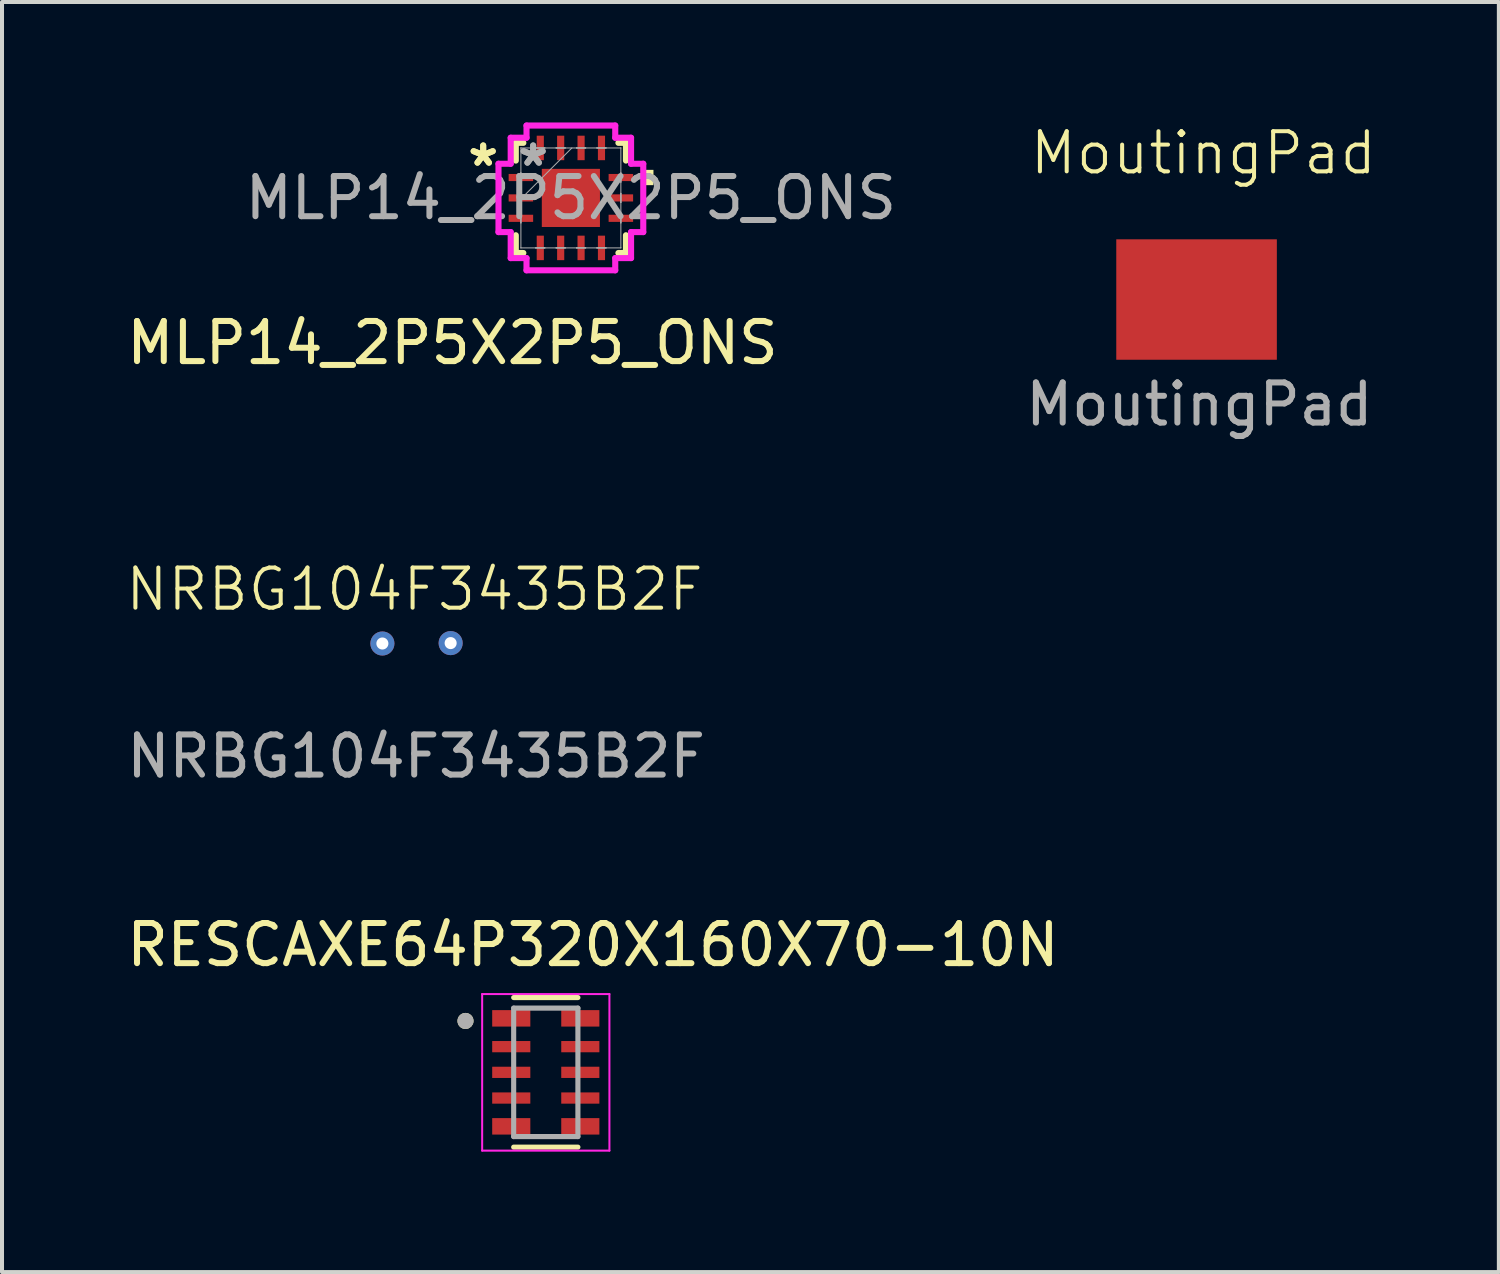
<source format=kicad_pcb>
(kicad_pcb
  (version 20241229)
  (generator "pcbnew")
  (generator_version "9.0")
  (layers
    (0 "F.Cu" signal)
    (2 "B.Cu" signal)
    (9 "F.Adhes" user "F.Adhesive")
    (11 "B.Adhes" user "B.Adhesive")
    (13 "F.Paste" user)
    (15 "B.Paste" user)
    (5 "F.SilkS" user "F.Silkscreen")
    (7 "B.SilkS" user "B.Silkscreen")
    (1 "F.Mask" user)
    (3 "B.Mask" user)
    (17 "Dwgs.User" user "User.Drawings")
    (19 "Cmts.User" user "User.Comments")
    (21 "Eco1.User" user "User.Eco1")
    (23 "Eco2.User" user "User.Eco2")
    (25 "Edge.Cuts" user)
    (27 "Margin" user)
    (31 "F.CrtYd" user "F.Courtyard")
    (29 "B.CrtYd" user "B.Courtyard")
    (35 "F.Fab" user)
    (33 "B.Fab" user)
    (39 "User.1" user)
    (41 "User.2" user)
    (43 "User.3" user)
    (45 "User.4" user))
  (footprint "MoutingPad"
    (layer "F.Cu")
    (at 26.825 4.521)
    (property "Reference" "MoutingPad" (at 0.1 -3.76 0) (unlocked yes) (layer "F.SilkS") (effects (font (size 1 1) (thickness 0.1))))
    (attr smd)
    (fp_text user "${REFERENCE}" (at 0 2.5 0) (unlocked yes) (layer "F.Fab") (effects (font (size 1 1) (thickness 0.15))))
    (pad "1" smd rect (at -0.07 -0.11) (size 4 3) (layers "F.Cu" "F.Mask")))
  (footprint "NRBG104F3435B2F"
    (layer "F.Cu")
    (at 7.315 13.289)
    (property "Reference" "NRBG104F3435B2F" (at -0.04 -1.66 0) (unlocked yes) (layer "F.SilkS") (effects (font (size 1 1) (thickness 0.1))))
    (attr smd)
    (fp_text user "${REFERENCE}" (at 0 2.5 0) (unlocked yes) (layer "F.Fab") (effects (font (size 1 1) (thickness 0.15))))
    (pad "1" thru_hole circle (at -0.84 -0.31) (size 0.6 0.6) (drill 0.3) (layers "*.Cu" "*.Mask"))
    (pad "2" thru_hole circle (at 0.86 -0.32) (size 0.6 0.6) (drill 0.3) (layers "*.Cu" "*.Mask")))
  (footprint "MLP14_2P5X2P5_ONS"
    (layer "F.Cu")
    (at 11.17 1.88)
    (property "Reference" "MLP14_2P5X2P5_ONS" (at -2.95 3.61 0) (unlocked yes) (layer "F.SilkS") (effects (font (size 1 1) (thickness 0.15))))
    (attr smd)
    (fp_line (start -1.372 -1.372) (end -1.372 -0.93) (stroke (width 0.152) (type solid)) (layer "F.SilkS"))
    (fp_line (start -1.372 0.93) (end -1.372 1.372) (stroke (width 0.152) (type solid)) (layer "F.SilkS"))
    (fp_line (start -1.372 1.372) (end -1.184 1.372) (stroke (width 0.152) (type solid)) (layer "F.SilkS"))
    (fp_line (start -1.184 -1.372) (end -1.372 -1.372) (stroke (width 0.152) (type solid)) (layer "F.SilkS"))
    (fp_line (start 1.184 1.372) (end 1.372 1.372) (stroke (width 0.152) (type solid)) (layer "F.SilkS"))
    (fp_line (start 1.372 -1.372) (end 1.184 -1.372) (stroke (width 0.152) (type solid)) (layer "F.SilkS"))
    (fp_line (start 1.372 -0.93) (end 1.372 -1.372) (stroke (width 0.152) (type solid)) (layer "F.SilkS"))
    (fp_line (start 1.372 1.372) (end 1.372 0.93) (stroke (width 0.152) (type solid)) (layer "F.SilkS"))
    (fp_poly (pts (xy 2.057 -0.699) (xy 2.057 -0.318) (xy 1.803 -0.318) (xy 1.803 -0.699)) (stroke (width 0) (type solid)) (fill yes) (layer "F.SilkS"))
    (fp_line (start -1.803 -0.851) (end -1.499 -0.851) (stroke (width 0.152) (type solid)) (layer "F.CrtYd"))
    (fp_line (start -1.803 0.851) (end -1.803 -0.851) (stroke (width 0.152) (type solid)) (layer "F.CrtYd"))
    (fp_line (start -1.499 -1.499) (end -1.105 -1.499) (stroke (width 0.152) (type solid)) (layer "F.CrtYd"))
    (fp_line (start -1.499 -0.851) (end -1.499 -1.499) (stroke (width 0.152) (type solid)) (layer "F.CrtYd"))
    (fp_line (start -1.499 0.851) (end -1.803 0.851) (stroke (width 0.152) (type solid)) (layer "F.CrtYd"))
    (fp_line (start -1.499 1.499) (end -1.499 0.851) (stroke (width 0.152) (type solid)) (layer "F.CrtYd"))
    (fp_line (start -1.105 -1.803) (end 1.105 -1.803) (stroke (width 0.152) (type solid)) (layer "F.CrtYd"))
    (fp_line (start -1.105 -1.499) (end -1.105 -1.803) (stroke (width 0.152) (type solid)) (layer "F.CrtYd"))
    (fp_line (start -1.105 1.499) (end -1.499 1.499) (stroke (width 0.152) (type solid)) (layer "F.CrtYd"))
    (fp_line (start -1.105 1.803) (end -1.105 1.499) (stroke (width 0.152) (type solid)) (layer "F.CrtYd"))
    (fp_line (start 1.105 -1.803) (end 1.105 -1.499) (stroke (width 0.152) (type solid)) (layer "F.CrtYd"))
    (fp_line (start 1.105 -1.499) (end 1.499 -1.499) (stroke (width 0.152) (type solid)) (layer "F.CrtYd"))
    (fp_line (start 1.105 1.499) (end 1.105 1.803) (stroke (width 0.152) (type solid)) (layer "F.CrtYd"))
    (fp_line (start 1.105 1.803) (end -1.105 1.803) (stroke (width 0.152) (type solid)) (layer "F.CrtYd"))
    (fp_line (start 1.499 -1.499) (end 1.499 -0.851) (stroke (width 0.152) (type solid)) (layer "F.CrtYd"))
    (fp_line (start 1.499 -0.851) (end 1.803 -0.851) (stroke (width 0.152) (type solid)) (layer "F.CrtYd"))
    (fp_line (start 1.499 0.851) (end 1.499 1.499) (stroke (width 0.152) (type solid)) (layer "F.CrtYd"))
    (fp_line (start 1.499 1.499) (end 1.105 1.499) (stroke (width 0.152) (type solid)) (layer "F.CrtYd"))
    (fp_line (start 1.803 -0.851) (end 1.803 0.851) (stroke (width 0.152) (type solid)) (layer "F.CrtYd"))
    (fp_line (start 1.803 0.851) (end 1.499 0.851) (stroke (width 0.152) (type solid)) (layer "F.CrtYd"))
    (fp_line (start -1.245 -1.245) (end -1.245 -1.245) (stroke (width 0.025) (type solid)) (layer "F.Fab"))
    (fp_line (start -1.245 -1.245) (end -1.245 1.245) (stroke (width 0.025) (type solid)) (layer "F.Fab"))
    (fp_line (start -1.245 -0.622) (end -1.245 -0.622) (stroke (width 0.025) (type solid)) (layer "F.Fab"))
    (fp_line (start -1.245 -0.622) (end -1.245 -0.394) (stroke (width 0.025) (type solid)) (layer "F.Fab"))
    (fp_line (start -1.245 -0.394) (end -1.245 -0.622) (stroke (width 0.025) (type solid)) (layer "F.Fab"))
    (fp_line (start -1.245 -0.394) (end -1.245 -0.394) (stroke (width 0.025) (type solid)) (layer "F.Fab"))
    (fp_line (start -1.245 -0.114) (end -1.245 -0.114) (stroke (width 0.025) (type solid)) (layer "F.Fab"))
    (fp_line (start -1.245 -0.114) (end -1.245 0.114) (stroke (width 0.025) (type solid)) (layer "F.Fab"))
    (fp_line (start -1.245 0.025) (end 0.025 -1.245) (stroke (width 0.025) (type solid)) (layer "F.Fab"))
    (fp_line (start -1.245 0.114) (end -1.245 -0.114) (stroke (width 0.025) (type solid)) (layer "F.Fab"))
    (fp_line (start -1.245 0.114) (end -1.245 0.114) (stroke (width 0.025) (type solid)) (layer "F.Fab"))
    (fp_line (start -1.245 0.394) (end -1.245 0.394) (stroke (width 0.025) (type solid)) (layer "F.Fab"))
    (fp_line (start -1.245 0.394) (end -1.245 0.622) (stroke (width 0.025) (type solid)) (layer "F.Fab"))
    (fp_line (start -1.245 0.622) (end -1.245 0.394) (stroke (width 0.025) (type solid)) (layer "F.Fab"))
    (fp_line (start -1.245 0.622) (end -1.245 0.622) (stroke (width 0.025) (type solid)) (layer "F.Fab"))
    (fp_line (start -1.245 1.245) (end -1.245 1.245) (stroke (width 0.025) (type solid)) (layer "F.Fab"))
    (fp_line (start -1.245 1.245) (end 1.245 1.245) (stroke (width 0.025) (type solid)) (layer "F.Fab"))
    (fp_line (start -0.876 -1.245) (end -0.876 -1.245) (stroke (width 0.025) (type solid)) (layer "F.Fab"))
    (fp_line (start -0.876 -1.245) (end -0.648 -1.245) (stroke (width 0.025) (type solid)) (layer "F.Fab"))
    (fp_line (start -0.876 1.245) (end -0.876 1.245) (stroke (width 0.025) (type solid)) (layer "F.Fab"))
    (fp_line (start -0.876 1.245) (end -0.648 1.245) (stroke (width 0.025) (type solid)) (layer "F.Fab"))
    (fp_line (start -0.648 -1.245) (end -0.876 -1.245) (stroke (width 0.025) (type solid)) (layer "F.Fab"))
    (fp_line (start -0.648 -1.245) (end -0.648 -1.245) (stroke (width 0.025) (type solid)) (layer "F.Fab"))
    (fp_line (start -0.648 1.245) (end -0.876 1.245) (stroke (width 0.025) (type solid)) (layer "F.Fab"))
    (fp_line (start -0.648 1.245) (end -0.648 1.245) (stroke (width 0.025) (type solid)) (layer "F.Fab"))
    (fp_line (start -0.368 -1.245) (end -0.368 -1.245) (stroke (width 0.025) (type solid)) (layer "F.Fab"))
    (fp_line (start -0.368 -1.245) (end -0.14 -1.245) (stroke (width 0.025) (type solid)) (layer "F.Fab"))
    (fp_line (start -0.368 1.245) (end -0.368 1.245) (stroke (width 0.025) (type solid)) (layer "F.Fab"))
    (fp_line (start -0.368 1.245) (end -0.14 1.245) (stroke (width 0.025) (type solid)) (layer "F.Fab"))
    (fp_line (start -0.14 -1.245) (end -0.368 -1.245) (stroke (width 0.025) (type solid)) (layer "F.Fab"))
    (fp_line (start -0.14 -1.245) (end -0.14 -1.245) (stroke (width 0.025) (type solid)) (layer "F.Fab"))
    (fp_line (start -0.14 1.245) (end -0.368 1.245) (stroke (width 0.025) (type solid)) (layer "F.Fab"))
    (fp_line (start -0.14 1.245) (end -0.14 1.245) (stroke (width 0.025) (type solid)) (layer "F.Fab"))
    (fp_line (start 0.14 -1.245) (end 0.14 -1.245) (stroke (width 0.025) (type solid)) (layer "F.Fab"))
    (fp_line (start 0.14 -1.245) (end 0.368 -1.245) (stroke (width 0.025) (type solid)) (layer "F.Fab"))
    (fp_line (start 0.14 1.245) (end 0.14 1.245) (stroke (width 0.025) (type solid)) (layer "F.Fab"))
    (fp_line (start 0.14 1.245) (end 0.368 1.245) (stroke (width 0.025) (type solid)) (layer "F.Fab"))
    (fp_line (start 0.368 -1.245) (end 0.14 -1.245) (stroke (width 0.025) (type solid)) (layer "F.Fab"))
    (fp_line (start 0.368 -1.245) (end 0.368 -1.245) (stroke (width 0.025) (type solid)) (layer "F.Fab"))
    (fp_line (start 0.368 1.245) (end 0.14 1.245) (stroke (width 0.025) (type solid)) (layer "F.Fab"))
    (fp_line (start 0.368 1.245) (end 0.368 1.245) (stroke (width 0.025) (type solid)) (layer "F.Fab"))
    (fp_line (start 0.648 -1.245) (end 0.648 -1.245) (stroke (width 0.025) (type solid)) (layer "F.Fab"))
    (fp_line (start 0.648 -1.245) (end 0.876 -1.245) (stroke (width 0.025) (type solid)) (layer "F.Fab"))
    (fp_line (start 0.648 1.245) (end 0.648 1.245) (stroke (width 0.025) (type solid)) (layer "F.Fab"))
    (fp_line (start 0.648 1.245) (end 0.876 1.245) (stroke (width 0.025) (type solid)) (layer "F.Fab"))
    (fp_line (start 0.876 -1.245) (end 0.648 -1.245) (stroke (width 0.025) (type solid)) (layer "F.Fab"))
    (fp_line (start 0.876 -1.245) (end 0.876 -1.245) (stroke (width 0.025) (type solid)) (layer "F.Fab"))
    (fp_line (start 0.876 1.245) (end 0.648 1.245) (stroke (width 0.025) (type solid)) (layer "F.Fab"))
    (fp_line (start 0.876 1.245) (end 0.876 1.245) (stroke (width 0.025) (type solid)) (layer "F.Fab"))
    (fp_line (start 1.245 -1.245) (end -1.245 -1.245) (stroke (width 0.025) (type solid)) (layer "F.Fab"))
    (fp_line (start 1.245 -1.245) (end 1.245 -1.245) (stroke (width 0.025) (type solid)) (layer "F.Fab"))
    (fp_line (start 1.245 -0.622) (end 1.245 -0.622) (stroke (width 0.025) (type solid)) (layer "F.Fab"))
    (fp_line (start 1.245 -0.622) (end 1.245 -0.394) (stroke (width 0.025) (type solid)) (layer "F.Fab"))
    (fp_line (start 1.245 -0.394) (end 1.245 -0.622) (stroke (width 0.025) (type solid)) (layer "F.Fab"))
    (fp_line (start 1.245 -0.394) (end 1.245 -0.394) (stroke (width 0.025) (type solid)) (layer "F.Fab"))
    (fp_line (start 1.245 -0.114) (end 1.245 -0.114) (stroke (width 0.025) (type solid)) (layer "F.Fab"))
    (fp_line (start 1.245 -0.114) (end 1.245 0.114) (stroke (width 0.025) (type solid)) (layer "F.Fab"))
    (fp_line (start 1.245 0.114) (end 1.245 -0.114) (stroke (width 0.025) (type solid)) (layer "F.Fab"))
    (fp_line (start 1.245 0.114) (end 1.245 0.114) (stroke (width 0.025) (type solid)) (layer "F.Fab"))
    (fp_line (start 1.245 0.394) (end 1.245 0.394) (stroke (width 0.025) (type solid)) (layer "F.Fab"))
    (fp_line (start 1.245 0.394) (end 1.245 0.622) (stroke (width 0.025) (type solid)) (layer "F.Fab"))
    (fp_line (start 1.245 0.622) (end 1.245 0.394) (stroke (width 0.025) (type solid)) (layer "F.Fab"))
    (fp_line (start 1.245 0.622) (end 1.245 0.622) (stroke (width 0.025) (type solid)) (layer "F.Fab"))
    (fp_line (start 1.245 1.245) (end 1.245 -1.245) (stroke (width 0.025) (type solid)) (layer "F.Fab"))
    (fp_line (start 1.245 1.245) (end 1.245 1.245) (stroke (width 0.025) (type solid)) (layer "F.Fab"))
    (fp_text user "*" (at -2.184 -0.762 0) (layer "F.SilkS") (effects (font (size 1 1) (thickness 0.15))))
    (fp_text user "*" (at -2.184 -0.762 0) (unlocked yes) (layer "F.SilkS") (effects (font (size 1 1) (thickness 0.15))))
    (fp_text user "${REFERENCE}" (at 0 0 0) (unlocked yes) (layer "F.Fab") (effects (font (size 1 1) (thickness 0.15))))
    (fp_text user "*" (at -0.94 -0.762 0) (layer "F.Fab") (effects (font (size 1 1) (thickness 0.15))))
    (fp_text user "*" (at -0.94 -0.762 0) (unlocked yes) (layer "F.Fab") (effects (font (size 1 1) (thickness 0.15))))
    (pad "1" smd rect (at -1.245 -0.508 90) (size 0.178 0.61) (layers "F.Cu" "F.Mask" "F.Paste"))
    (pad "2" smd rect (at -1.245 0 90) (size 0.178 0.61) (layers "F.Cu" "F.Mask" "F.Paste"))
    (pad "3" smd rect (at -1.245 0.508 90) (size 0.178 0.61) (layers "F.Cu" "F.Mask" "F.Paste"))
    (pad "4" smd rect (at -0.762 1.245) (size 0.178 0.61) (layers "F.Cu" "F.Mask" "F.Paste"))
    (pad "5" smd rect (at -0.254 1.245) (size 0.178 0.61) (layers "F.Cu" "F.Mask" "F.Paste"))
    (pad "6" smd rect (at 0.254 1.245) (size 0.178 0.61) (layers "F.Cu" "F.Mask" "F.Paste"))
    (pad "7" smd rect (at 0.762 1.245) (size 0.178 0.61) (layers "F.Cu" "F.Mask" "F.Paste"))
    (pad "8" smd rect (at 1.245 0.508 90) (size 0.178 0.61) (layers "F.Cu" "F.Mask" "F.Paste"))
    (pad "9" smd rect (at 1.245 0 90) (size 0.178 0.61) (layers "F.Cu" "F.Mask" "F.Paste"))
    (pad "10" smd rect (at 1.245 -0.508 90) (size 0.178 0.61) (layers "F.Cu" "F.Mask" "F.Paste"))
    (pad "11" smd rect (at 0.762 -1.245) (size 0.178 0.61) (layers "F.Cu" "F.Mask" "F.Paste"))
    (pad "12" smd rect (at 0.254 -1.245) (size 0.178 0.61) (layers "F.Cu" "F.Mask" "F.Paste"))
    (pad "13" smd rect (at -0.254 -1.245) (size 0.178 0.61) (layers "F.Cu" "F.Mask" "F.Paste"))
    (pad "14" smd rect (at -0.762 -1.245) (size 0.178 0.61) (layers "F.Cu" "F.Mask" "F.Paste"))
    (pad "15" smd rect (at 0 0) (size 1.448 1.448) (layers "F.Cu" "F.Mask" "F.Paste")))
  (footprint "RESCAXE64P320X160X70-10N"
    (layer "F.Cu")
    (at 10.545 23.661)
    (property "Reference" "RESCAXE64P320X160X70-10N" (at 1.175 -3.175 0) (layer "F.SilkS") (effects (font (size 1 1) (thickness 0.15))))
    (attr smd)
    (fp_line (start -0.8 1.863) (end 0.8 1.863) (stroke (width 0.127) (type solid)) (layer "F.SilkS"))
    (fp_line (start 0.8 -1.863) (end -0.8 -1.863) (stroke (width 0.127) (type solid)) (layer "F.SilkS"))
    (fp_circle (center -2 -1.28) (end -1.9 -1.28) (stroke (width 0.2) (type solid)) (fill no) (layer "F.SilkS"))
    (fp_line (start -1.585 -1.95) (end -1.585 1.95) (stroke (width 0.05) (type solid)) (layer "F.CrtYd"))
    (fp_line (start -1.585 1.95) (end 1.585 1.95) (stroke (width 0.05) (type solid)) (layer "F.CrtYd"))
    (fp_line (start 1.585 -1.95) (end -1.585 -1.95) (stroke (width 0.05) (type solid)) (layer "F.CrtYd"))
    (fp_line (start 1.585 1.95) (end 1.585 -1.95) (stroke (width 0.05) (type solid)) (layer "F.CrtYd"))
    (fp_line (start -0.8 -1.6) (end -0.8 1.6) (stroke (width 0.127) (type solid)) (layer "F.Fab"))
    (fp_line (start -0.8 1.6) (end 0.8 1.6) (stroke (width 0.127) (type solid)) (layer "F.Fab"))
    (fp_line (start 0.8 -1.6) (end -0.8 -1.6) (stroke (width 0.127) (type solid)) (layer "F.Fab"))
    (fp_line (start 0.8 1.6) (end 0.8 -1.6) (stroke (width 0.127) (type solid)) (layer "F.Fab"))
    (fp_circle (center -2 -1.28) (end -1.9 -1.28) (stroke (width 0.2) (type solid)) (fill no) (layer "F.Fab"))
    (pad "1" smd rect (at -0.86 -1.345) (size 0.95 0.41) (layers "F.Cu" "F.Mask" "F.Paste"))
    (pad "2" smd rect (at -0.86 -0.64) (size 0.95 0.28) (layers "F.Cu" "F.Mask" "F.Paste"))
    (pad "3" smd rect (at -0.86 0) (size 0.95 0.28) (layers "F.Cu" "F.Mask" "F.Paste"))
    (pad "4" smd rect (at -0.86 0.64) (size 0.95 0.28) (layers "F.Cu" "F.Mask" "F.Paste"))
    (pad "5" smd rect (at -0.86 1.345) (size 0.95 0.41) (layers "F.Cu" "F.Mask" "F.Paste"))
    (pad "6" smd rect (at 0.86 1.345) (size 0.95 0.41) (layers "F.Cu" "F.Mask" "F.Paste"))
    (pad "7" smd rect (at 0.86 0.64) (size 0.95 0.28) (layers "F.Cu" "F.Mask" "F.Paste"))
    (pad "8" smd rect (at 0.86 0) (size 0.95 0.28) (layers "F.Cu" "F.Mask" "F.Paste"))
    (pad "9" smd rect (at 0.86 -0.64) (size 0.95 0.28) (layers "F.Cu" "F.Mask" "F.Paste"))
    (pad "10" smd rect (at 0.86 -1.345) (size 0.95 0.41) (layers "F.Cu" "F.Mask" "F.Paste")))
  (gr_rect
    (start -3 -3)
    (end 34.285 28.636)
    (stroke (width 0.1) (type default))
    (fill no)
    (layer "Edge.Cuts")))
</source>
